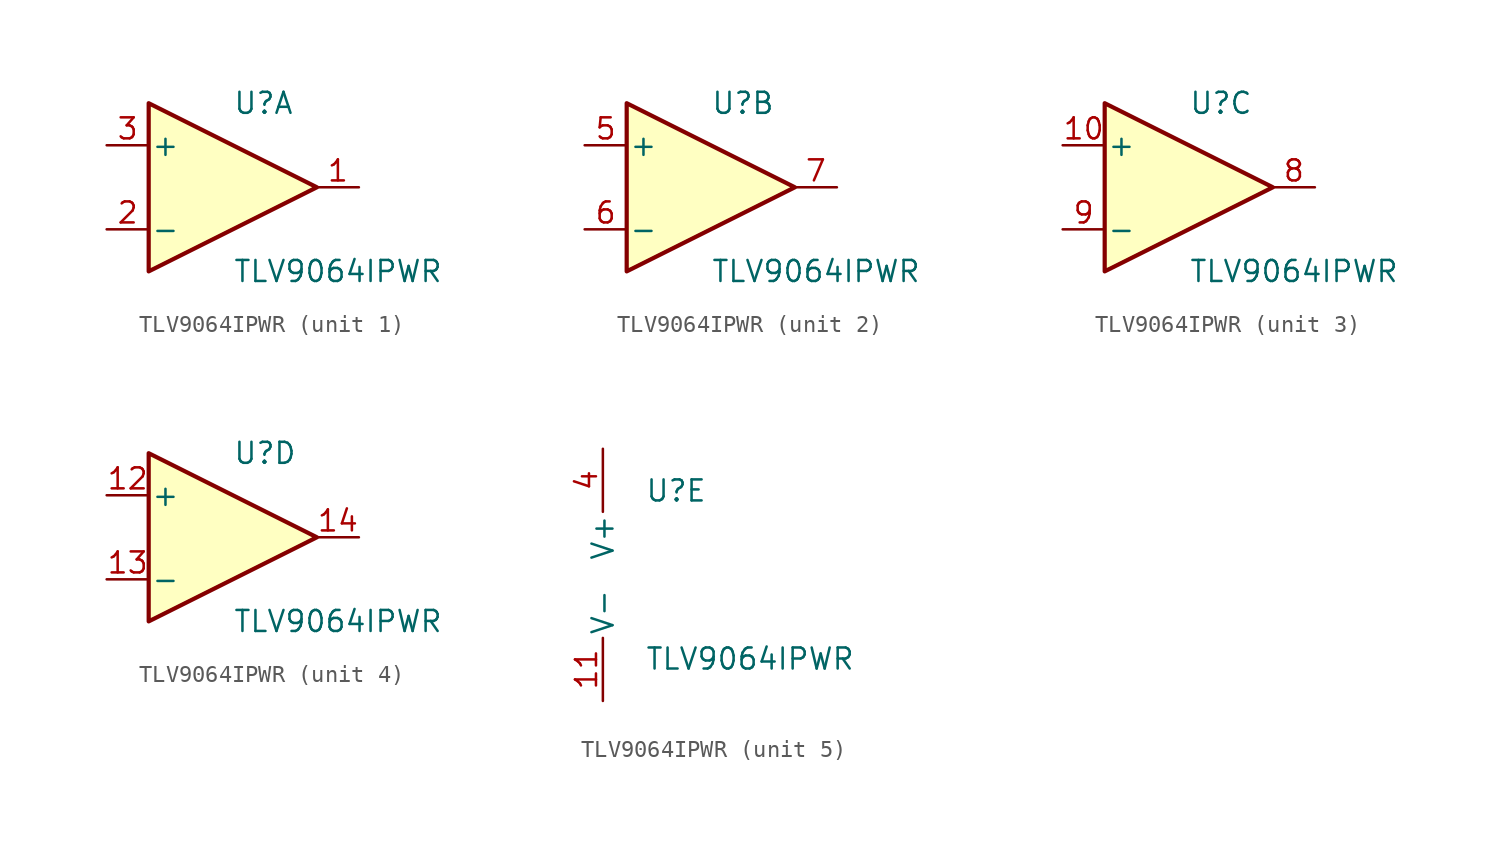
<source format=kicad_sym>
(kicad_symbol_lib
  (version 20211014)
  (generator kicad_symbol_editor)
  (symbol "TLV9064IPWR"
    (pin_names
      (offset 0.127))
    (property "Reference" "U"
      (at 0 5.08 0)
      (effects (font (size 1.27 1.27)) (justify left)))
    (property "Value" "TLV9064IPWR"
      (at 0 -5.08 0)
      (effects (font (size 1.27 1.27)) (justify left)))
    (property "ki_locked" ""
      (at 0 0 0)
      (effects (font (size 1.27 1.27))))
    (symbol "TLV9064IPWR_1_1"
      (polyline (pts (xy -5.08 5.08) (xy 5.08 0) (xy -5.08 -5.08) (xy -5.08 5.08)) (stroke (width 0.254) (type default) (color 0 0 0 0)) (fill (type background)))
      (pin output line (at 7.62 0 180) (length 2.54) (name "~" (effects (font (size 1.27 1.27)))) (number "1" (effects (font (size 1.27 1.27)))))
      (pin input line (at -7.62 -2.54 0) (length 2.54) (name "-" (effects (font (size 1.27 1.27)))) (number "2" (effects (font (size 1.27 1.27)))))
      (pin input line (at -7.62 2.54 0) (length 2.54) (name "+" (effects (font (size 1.27 1.27)))) (number "3" (effects (font (size 1.27 1.27))))))
    (symbol "TLV9064IPWR_2_1"
      (polyline (pts (xy -5.08 5.08) (xy 5.08 0) (xy -5.08 -5.08) (xy -5.08 5.08)) (stroke (width 0.254) (type default) (color 0 0 0 0)) (fill (type background)))
      (pin input line (at -7.62 2.54 0) (length 2.54) (name "+" (effects (font (size 1.27 1.27)))) (number "5" (effects (font (size 1.27 1.27)))))
      (pin input line (at -7.62 -2.54 0) (length 2.54) (name "-" (effects (font (size 1.27 1.27)))) (number "6" (effects (font (size 1.27 1.27)))))
      (pin output line (at 7.62 0 180) (length 2.54) (name "~" (effects (font (size 1.27 1.27)))) (number "7" (effects (font (size 1.27 1.27))))))
    (symbol "TLV9064IPWR_3_1"
      (polyline (pts (xy -5.08 5.08) (xy 5.08 0) (xy -5.08 -5.08) (xy -5.08 5.08)) (stroke (width 0.254) (type default) (color 0 0 0 0)) (fill (type background)))
      (pin input line (at -7.62 2.54 0) (length 2.54) (name "+" (effects (font (size 1.27 1.27)))) (number "10" (effects (font (size 1.27 1.27)))))
      (pin output line (at 7.62 0 180) (length 2.54) (name "~" (effects (font (size 1.27 1.27)))) (number "8" (effects (font (size 1.27 1.27)))))
      (pin input line (at -7.62 -2.54 0) (length 2.54) (name "-" (effects (font (size 1.27 1.27)))) (number "9" (effects (font (size 1.27 1.27))))))
    (symbol "TLV9064IPWR_4_1"
      (polyline (pts (xy -5.08 5.08) (xy 5.08 0) (xy -5.08 -5.08) (xy -5.08 5.08)) (stroke (width 0.254) (type default) (color 0 0 0 0)) (fill (type background)))
      (pin input line (at -7.62 2.54 0) (length 2.54) (name "+" (effects (font (size 1.27 1.27)))) (number "12" (effects (font (size 1.27 1.27)))))
      (pin input line (at -7.62 -2.54 0) (length 2.54) (name "-" (effects (font (size 1.27 1.27)))) (number "13" (effects (font (size 1.27 1.27)))))
      (pin output line (at 7.62 0 180) (length 2.54) (name "~" (effects (font (size 1.27 1.27)))) (number "14" (effects (font (size 1.27 1.27))))))
    (symbol "TLV9064IPWR_5_1"
      (pin power_in line (at -2.54 -7.62 90) (length 3.81) (name "V-" (effects (font (size 1.27 1.27)))) (number "11" (effects (font (size 1.27 1.27)))))
      (pin power_in line (at -2.54 7.62 270) (length 3.81) (name "V+" (effects (font (size 1.27 1.27)))) (number "4" (effects (font (size 1.27 1.27))))))))
</source>
